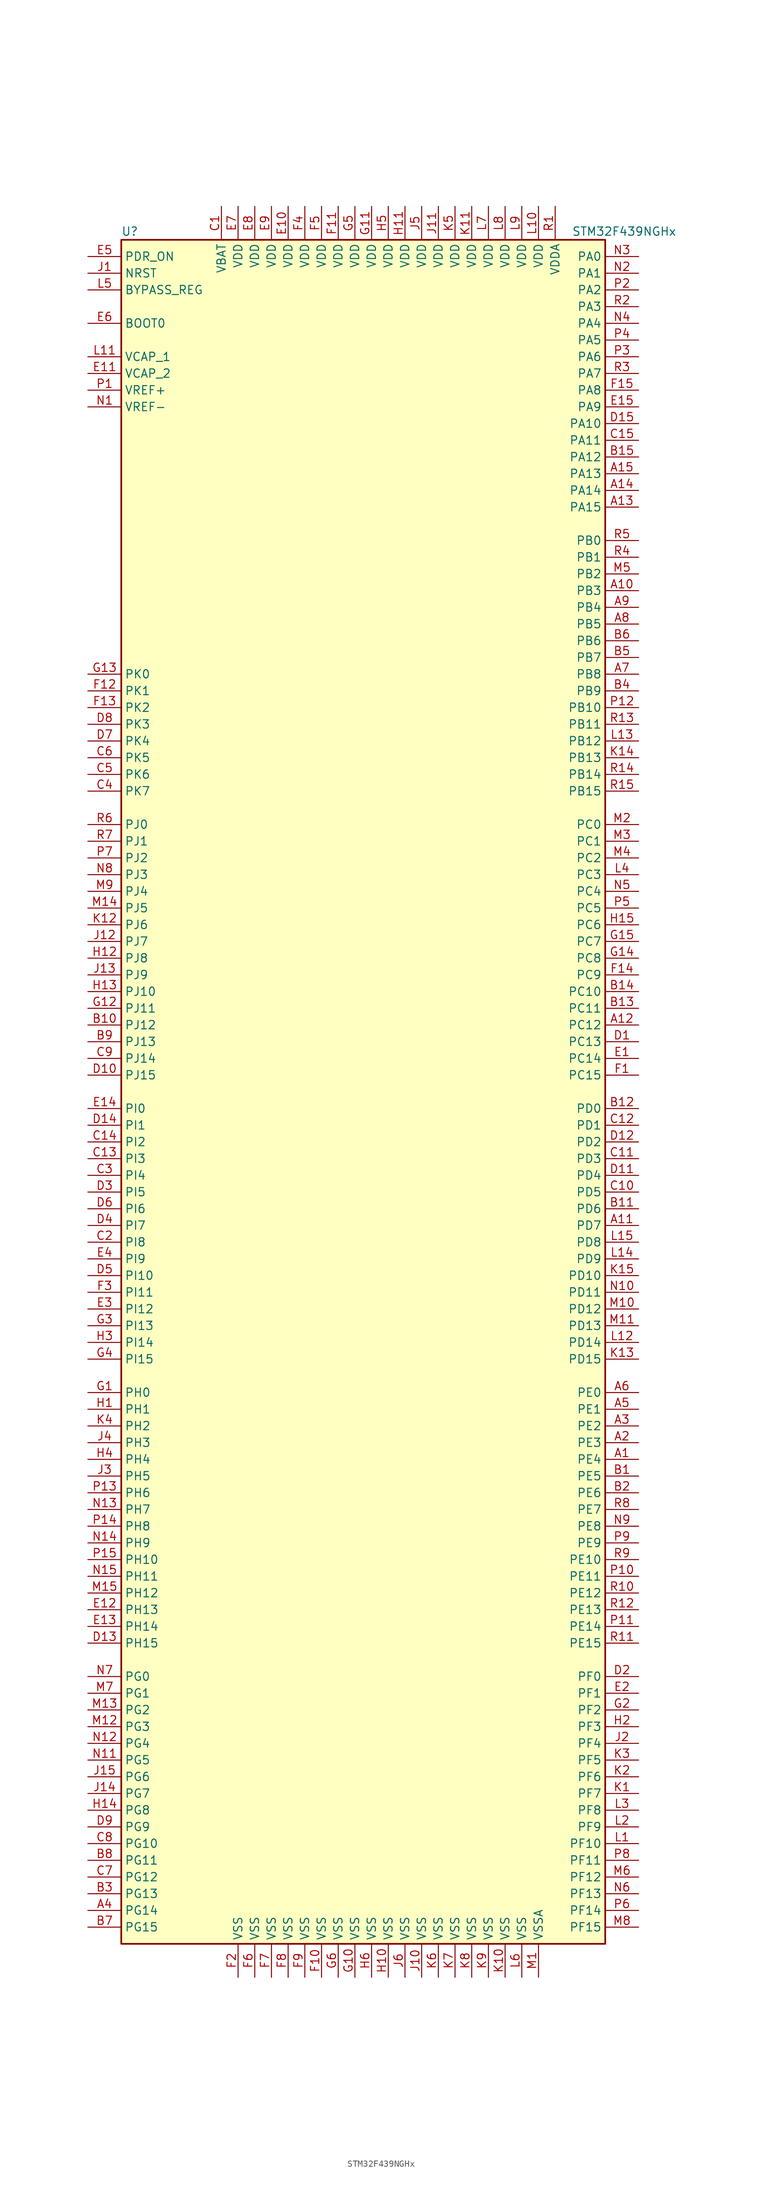
<source format=kicad_sym>
(kicad_symbol_lib
  (version 20201005)
  (generator kicad_symbol_editor)
  (symbol "MCU_ST_STM32F4:STM32F439NGHx"
    (property "Reference" "U"
      (at -38.1 130.81 0)
      (effects (font (size 1.27 1.27)) (justify left)))
    (property "Value" "STM32F439NGHx"
      (at 30.48 130.81 0)
      (effects (font (size 1.27 1.27)) (justify left)))
    (symbol "STM32F439NGHx_0_1"
      (rectangle (start -38.1 -129.54) (end 35.56 129.54) (stroke (width 0.254)) (fill (type background))))
    (symbol "STM32F439NGHx_1_1"
      (pin input line (at -43.18 116.84 0) (length 5.08) (name "BOOT0" (effects (font (size 1.27 1.27)))) (number "E6" (effects (font (size 1.27 1.27)))))
      (pin input line (at -43.18 121.92 0) (length 5.08) (name "BYPASS_REG" (effects (font (size 1.27 1.27)))) (number "L5" (effects (font (size 1.27 1.27)))))
      (pin input line (at -43.18 124.46 0) (length 5.08) (name "NRST" (effects (font (size 1.27 1.27)))) (number "J1" (effects (font (size 1.27 1.27)))))
      (pin bidirectional line (at 40.64 127 180) (length 5.08) (name "PA0" (effects (font (size 1.27 1.27)))) (number "N3" (effects (font (size 1.27 1.27)))))
      (pin bidirectional line (at 40.64 124.46 180) (length 5.08) (name "PA1" (effects (font (size 1.27 1.27)))) (number "N2" (effects (font (size 1.27 1.27)))))
      (pin bidirectional line (at 40.64 101.6 180) (length 5.08) (name "PA10" (effects (font (size 1.27 1.27)))) (number "D15" (effects (font (size 1.27 1.27)))))
      (pin bidirectional line (at 40.64 99.06 180) (length 5.08) (name "PA11" (effects (font (size 1.27 1.27)))) (number "C15" (effects (font (size 1.27 1.27)))))
      (pin bidirectional line (at 40.64 96.52 180) (length 5.08) (name "PA12" (effects (font (size 1.27 1.27)))) (number "B15" (effects (font (size 1.27 1.27)))))
      (pin bidirectional line (at 40.64 93.98 180) (length 5.08) (name "PA13" (effects (font (size 1.27 1.27)))) (number "A15" (effects (font (size 1.27 1.27)))))
      (pin bidirectional line (at 40.64 91.44 180) (length 5.08) (name "PA14" (effects (font (size 1.27 1.27)))) (number "A14" (effects (font (size 1.27 1.27)))))
      (pin bidirectional line (at 40.64 88.9 180) (length 5.08) (name "PA15" (effects (font (size 1.27 1.27)))) (number "A13" (effects (font (size 1.27 1.27)))))
      (pin bidirectional line (at 40.64 121.92 180) (length 5.08) (name "PA2" (effects (font (size 1.27 1.27)))) (number "P2" (effects (font (size 1.27 1.27)))))
      (pin bidirectional line (at 40.64 119.38 180) (length 5.08) (name "PA3" (effects (font (size 1.27 1.27)))) (number "R2" (effects (font (size 1.27 1.27)))))
      (pin bidirectional line (at 40.64 116.84 180) (length 5.08) (name "PA4" (effects (font (size 1.27 1.27)))) (number "N4" (effects (font (size 1.27 1.27)))))
      (pin bidirectional line (at 40.64 114.3 180) (length 5.08) (name "PA5" (effects (font (size 1.27 1.27)))) (number "P4" (effects (font (size 1.27 1.27)))))
      (pin bidirectional line (at 40.64 111.76 180) (length 5.08) (name "PA6" (effects (font (size 1.27 1.27)))) (number "P3" (effects (font (size 1.27 1.27)))))
      (pin bidirectional line (at 40.64 109.22 180) (length 5.08) (name "PA7" (effects (font (size 1.27 1.27)))) (number "R3" (effects (font (size 1.27 1.27)))))
      (pin bidirectional line (at 40.64 106.68 180) (length 5.08) (name "PA8" (effects (font (size 1.27 1.27)))) (number "F15" (effects (font (size 1.27 1.27)))))
      (pin bidirectional line (at 40.64 104.14 180) (length 5.08) (name "PA9" (effects (font (size 1.27 1.27)))) (number "E15" (effects (font (size 1.27 1.27)))))
      (pin bidirectional line (at 40.64 83.82 180) (length 5.08) (name "PB0" (effects (font (size 1.27 1.27)))) (number "R5" (effects (font (size 1.27 1.27)))))
      (pin bidirectional line (at 40.64 81.28 180) (length 5.08) (name "PB1" (effects (font (size 1.27 1.27)))) (number "R4" (effects (font (size 1.27 1.27)))))
      (pin bidirectional line (at 40.64 58.42 180) (length 5.08) (name "PB10" (effects (font (size 1.27 1.27)))) (number "P12" (effects (font (size 1.27 1.27)))))
      (pin bidirectional line (at 40.64 55.88 180) (length 5.08) (name "PB11" (effects (font (size 1.27 1.27)))) (number "R13" (effects (font (size 1.27 1.27)))))
      (pin bidirectional line (at 40.64 53.34 180) (length 5.08) (name "PB12" (effects (font (size 1.27 1.27)))) (number "L13" (effects (font (size 1.27 1.27)))))
      (pin bidirectional line (at 40.64 50.8 180) (length 5.08) (name "PB13" (effects (font (size 1.27 1.27)))) (number "K14" (effects (font (size 1.27 1.27)))))
      (pin bidirectional line (at 40.64 48.26 180) (length 5.08) (name "PB14" (effects (font (size 1.27 1.27)))) (number "R14" (effects (font (size 1.27 1.27)))))
      (pin bidirectional line (at 40.64 45.72 180) (length 5.08) (name "PB15" (effects (font (size 1.27 1.27)))) (number "R15" (effects (font (size 1.27 1.27)))))
      (pin bidirectional line (at 40.64 78.74 180) (length 5.08) (name "PB2" (effects (font (size 1.27 1.27)))) (number "M5" (effects (font (size 1.27 1.27)))))
      (pin bidirectional line (at 40.64 76.2 180) (length 5.08) (name "PB3" (effects (font (size 1.27 1.27)))) (number "A10" (effects (font (size 1.27 1.27)))))
      (pin bidirectional line (at 40.64 73.66 180) (length 5.08) (name "PB4" (effects (font (size 1.27 1.27)))) (number "A9" (effects (font (size 1.27 1.27)))))
      (pin bidirectional line (at 40.64 71.12 180) (length 5.08) (name "PB5" (effects (font (size 1.27 1.27)))) (number "A8" (effects (font (size 1.27 1.27)))))
      (pin bidirectional line (at 40.64 68.58 180) (length 5.08) (name "PB6" (effects (font (size 1.27 1.27)))) (number "B6" (effects (font (size 1.27 1.27)))))
      (pin bidirectional line (at 40.64 66.04 180) (length 5.08) (name "PB7" (effects (font (size 1.27 1.27)))) (number "B5" (effects (font (size 1.27 1.27)))))
      (pin bidirectional line (at 40.64 63.5 180) (length 5.08) (name "PB8" (effects (font (size 1.27 1.27)))) (number "A7" (effects (font (size 1.27 1.27)))))
      (pin bidirectional line (at 40.64 60.96 180) (length 5.08) (name "PB9" (effects (font (size 1.27 1.27)))) (number "B4" (effects (font (size 1.27 1.27)))))
      (pin bidirectional line (at 40.64 40.64 180) (length 5.08) (name "PC0" (effects (font (size 1.27 1.27)))) (number "M2" (effects (font (size 1.27 1.27)))))
      (pin bidirectional line (at 40.64 38.1 180) (length 5.08) (name "PC1" (effects (font (size 1.27 1.27)))) (number "M3" (effects (font (size 1.27 1.27)))))
      (pin bidirectional line (at 40.64 15.24 180) (length 5.08) (name "PC10" (effects (font (size 1.27 1.27)))) (number "B14" (effects (font (size 1.27 1.27)))))
      (pin bidirectional line (at 40.64 12.7 180) (length 5.08) (name "PC11" (effects (font (size 1.27 1.27)))) (number "B13" (effects (font (size 1.27 1.27)))))
      (pin bidirectional line (at 40.64 10.16 180) (length 5.08) (name "PC12" (effects (font (size 1.27 1.27)))) (number "A12" (effects (font (size 1.27 1.27)))))
      (pin bidirectional line (at 40.64 7.62 180) (length 5.08) (name "PC13" (effects (font (size 1.27 1.27)))) (number "D1" (effects (font (size 1.27 1.27)))))
      (pin bidirectional line (at 40.64 5.08 180) (length 5.08) (name "PC14" (effects (font (size 1.27 1.27)))) (number "E1" (effects (font (size 1.27 1.27)))))
      (pin bidirectional line (at 40.64 2.54 180) (length 5.08) (name "PC15" (effects (font (size 1.27 1.27)))) (number "F1" (effects (font (size 1.27 1.27)))))
      (pin bidirectional line (at 40.64 35.56 180) (length 5.08) (name "PC2" (effects (font (size 1.27 1.27)))) (number "M4" (effects (font (size 1.27 1.27)))))
      (pin bidirectional line (at 40.64 33.02 180) (length 5.08) (name "PC3" (effects (font (size 1.27 1.27)))) (number "L4" (effects (font (size 1.27 1.27)))))
      (pin bidirectional line (at 40.64 30.48 180) (length 5.08) (name "PC4" (effects (font (size 1.27 1.27)))) (number "N5" (effects (font (size 1.27 1.27)))))
      (pin bidirectional line (at 40.64 27.94 180) (length 5.08) (name "PC5" (effects (font (size 1.27 1.27)))) (number "P5" (effects (font (size 1.27 1.27)))))
      (pin bidirectional line (at 40.64 25.4 180) (length 5.08) (name "PC6" (effects (font (size 1.27 1.27)))) (number "H15" (effects (font (size 1.27 1.27)))))
      (pin bidirectional line (at 40.64 22.86 180) (length 5.08) (name "PC7" (effects (font (size 1.27 1.27)))) (number "G15" (effects (font (size 1.27 1.27)))))
      (pin bidirectional line (at 40.64 20.32 180) (length 5.08) (name "PC8" (effects (font (size 1.27 1.27)))) (number "G14" (effects (font (size 1.27 1.27)))))
      (pin bidirectional line (at 40.64 17.78 180) (length 5.08) (name "PC9" (effects (font (size 1.27 1.27)))) (number "F14" (effects (font (size 1.27 1.27)))))
      (pin bidirectional line (at 40.64 -2.54 180) (length 5.08) (name "PD0" (effects (font (size 1.27 1.27)))) (number "B12" (effects (font (size 1.27 1.27)))))
      (pin bidirectional line (at 40.64 -5.08 180) (length 5.08) (name "PD1" (effects (font (size 1.27 1.27)))) (number "C12" (effects (font (size 1.27 1.27)))))
      (pin bidirectional line (at 40.64 -27.94 180) (length 5.08) (name "PD10" (effects (font (size 1.27 1.27)))) (number "K15" (effects (font (size 1.27 1.27)))))
      (pin bidirectional line (at 40.64 -30.48 180) (length 5.08) (name "PD11" (effects (font (size 1.27 1.27)))) (number "N10" (effects (font (size 1.27 1.27)))))
      (pin bidirectional line (at 40.64 -33.02 180) (length 5.08) (name "PD12" (effects (font (size 1.27 1.27)))) (number "M10" (effects (font (size 1.27 1.27)))))
      (pin bidirectional line (at 40.64 -35.56 180) (length 5.08) (name "PD13" (effects (font (size 1.27 1.27)))) (number "M11" (effects (font (size 1.27 1.27)))))
      (pin bidirectional line (at 40.64 -38.1 180) (length 5.08) (name "PD14" (effects (font (size 1.27 1.27)))) (number "L12" (effects (font (size 1.27 1.27)))))
      (pin bidirectional line (at 40.64 -40.64 180) (length 5.08) (name "PD15" (effects (font (size 1.27 1.27)))) (number "K13" (effects (font (size 1.27 1.27)))))
      (pin bidirectional line (at 40.64 -7.62 180) (length 5.08) (name "PD2" (effects (font (size 1.27 1.27)))) (number "D12" (effects (font (size 1.27 1.27)))))
      (pin bidirectional line (at 40.64 -10.16 180) (length 5.08) (name "PD3" (effects (font (size 1.27 1.27)))) (number "C11" (effects (font (size 1.27 1.27)))))
      (pin bidirectional line (at 40.64 -12.7 180) (length 5.08) (name "PD4" (effects (font (size 1.27 1.27)))) (number "D11" (effects (font (size 1.27 1.27)))))
      (pin bidirectional line (at 40.64 -15.24 180) (length 5.08) (name "PD5" (effects (font (size 1.27 1.27)))) (number "C10" (effects (font (size 1.27 1.27)))))
      (pin bidirectional line (at 40.64 -17.78 180) (length 5.08) (name "PD6" (effects (font (size 1.27 1.27)))) (number "B11" (effects (font (size 1.27 1.27)))))
      (pin bidirectional line (at 40.64 -20.32 180) (length 5.08) (name "PD7" (effects (font (size 1.27 1.27)))) (number "A11" (effects (font (size 1.27 1.27)))))
      (pin bidirectional line (at 40.64 -22.86 180) (length 5.08) (name "PD8" (effects (font (size 1.27 1.27)))) (number "L15" (effects (font (size 1.27 1.27)))))
      (pin bidirectional line (at 40.64 -25.4 180) (length 5.08) (name "PD9" (effects (font (size 1.27 1.27)))) (number "L14" (effects (font (size 1.27 1.27)))))
      (pin input line (at -43.18 127 0) (length 5.08) (name "PDR_ON" (effects (font (size 1.27 1.27)))) (number "E5" (effects (font (size 1.27 1.27)))))
      (pin bidirectional line (at 40.64 -45.72 180) (length 5.08) (name "PE0" (effects (font (size 1.27 1.27)))) (number "A6" (effects (font (size 1.27 1.27)))))
      (pin bidirectional line (at 40.64 -48.26 180) (length 5.08) (name "PE1" (effects (font (size 1.27 1.27)))) (number "A5" (effects (font (size 1.27 1.27)))))
      (pin bidirectional line (at 40.64 -71.12 180) (length 5.08) (name "PE10" (effects (font (size 1.27 1.27)))) (number "R9" (effects (font (size 1.27 1.27)))))
      (pin bidirectional line (at 40.64 -73.66 180) (length 5.08) (name "PE11" (effects (font (size 1.27 1.27)))) (number "P10" (effects (font (size 1.27 1.27)))))
      (pin bidirectional line (at 40.64 -76.2 180) (length 5.08) (name "PE12" (effects (font (size 1.27 1.27)))) (number "R10" (effects (font (size 1.27 1.27)))))
      (pin bidirectional line (at 40.64 -78.74 180) (length 5.08) (name "PE13" (effects (font (size 1.27 1.27)))) (number "R12" (effects (font (size 1.27 1.27)))))
      (pin bidirectional line (at 40.64 -81.28 180) (length 5.08) (name "PE14" (effects (font (size 1.27 1.27)))) (number "P11" (effects (font (size 1.27 1.27)))))
      (pin bidirectional line (at 40.64 -83.82 180) (length 5.08) (name "PE15" (effects (font (size 1.27 1.27)))) (number "R11" (effects (font (size 1.27 1.27)))))
      (pin bidirectional line (at 40.64 -50.8 180) (length 5.08) (name "PE2" (effects (font (size 1.27 1.27)))) (number "A3" (effects (font (size 1.27 1.27)))))
      (pin bidirectional line (at 40.64 -53.34 180) (length 5.08) (name "PE3" (effects (font (size 1.27 1.27)))) (number "A2" (effects (font (size 1.27 1.27)))))
      (pin bidirectional line (at 40.64 -55.88 180) (length 5.08) (name "PE4" (effects (font (size 1.27 1.27)))) (number "A1" (effects (font (size 1.27 1.27)))))
      (pin bidirectional line (at 40.64 -58.42 180) (length 5.08) (name "PE5" (effects (font (size 1.27 1.27)))) (number "B1" (effects (font (size 1.27 1.27)))))
      (pin bidirectional line (at 40.64 -60.96 180) (length 5.08) (name "PE6" (effects (font (size 1.27 1.27)))) (number "B2" (effects (font (size 1.27 1.27)))))
      (pin bidirectional line (at 40.64 -63.5 180) (length 5.08) (name "PE7" (effects (font (size 1.27 1.27)))) (number "R8" (effects (font (size 1.27 1.27)))))
      (pin bidirectional line (at 40.64 -66.04 180) (length 5.08) (name "PE8" (effects (font (size 1.27 1.27)))) (number "N9" (effects (font (size 1.27 1.27)))))
      (pin bidirectional line (at 40.64 -68.58 180) (length 5.08) (name "PE9" (effects (font (size 1.27 1.27)))) (number "P9" (effects (font (size 1.27 1.27)))))
      (pin bidirectional line (at 40.64 -88.9 180) (length 5.08) (name "PF0" (effects (font (size 1.27 1.27)))) (number "D2" (effects (font (size 1.27 1.27)))))
      (pin bidirectional line (at 40.64 -91.44 180) (length 5.08) (name "PF1" (effects (font (size 1.27 1.27)))) (number "E2" (effects (font (size 1.27 1.27)))))
      (pin bidirectional line (at 40.64 -114.3 180) (length 5.08) (name "PF10" (effects (font (size 1.27 1.27)))) (number "L1" (effects (font (size 1.27 1.27)))))
      (pin bidirectional line (at 40.64 -116.84 180) (length 5.08) (name "PF11" (effects (font (size 1.27 1.27)))) (number "P8" (effects (font (size 1.27 1.27)))))
      (pin bidirectional line (at 40.64 -119.38 180) (length 5.08) (name "PF12" (effects (font (size 1.27 1.27)))) (number "M6" (effects (font (size 1.27 1.27)))))
      (pin bidirectional line (at 40.64 -121.92 180) (length 5.08) (name "PF13" (effects (font (size 1.27 1.27)))) (number "N6" (effects (font (size 1.27 1.27)))))
      (pin bidirectional line (at 40.64 -124.46 180) (length 5.08) (name "PF14" (effects (font (size 1.27 1.27)))) (number "P6" (effects (font (size 1.27 1.27)))))
      (pin bidirectional line (at 40.64 -127 180) (length 5.08) (name "PF15" (effects (font (size 1.27 1.27)))) (number "M8" (effects (font (size 1.27 1.27)))))
      (pin bidirectional line (at 40.64 -93.98 180) (length 5.08) (name "PF2" (effects (font (size 1.27 1.27)))) (number "G2" (effects (font (size 1.27 1.27)))))
      (pin bidirectional line (at 40.64 -96.52 180) (length 5.08) (name "PF3" (effects (font (size 1.27 1.27)))) (number "H2" (effects (font (size 1.27 1.27)))))
      (pin bidirectional line (at 40.64 -99.06 180) (length 5.08) (name "PF4" (effects (font (size 1.27 1.27)))) (number "J2" (effects (font (size 1.27 1.27)))))
      (pin bidirectional line (at 40.64 -101.6 180) (length 5.08) (name "PF5" (effects (font (size 1.27 1.27)))) (number "K3" (effects (font (size 1.27 1.27)))))
      (pin bidirectional line (at 40.64 -104.14 180) (length 5.08) (name "PF6" (effects (font (size 1.27 1.27)))) (number "K2" (effects (font (size 1.27 1.27)))))
      (pin bidirectional line (at 40.64 -106.68 180) (length 5.08) (name "PF7" (effects (font (size 1.27 1.27)))) (number "K1" (effects (font (size 1.27 1.27)))))
      (pin bidirectional line (at 40.64 -109.22 180) (length 5.08) (name "PF8" (effects (font (size 1.27 1.27)))) (number "L3" (effects (font (size 1.27 1.27)))))
      (pin bidirectional line (at 40.64 -111.76 180) (length 5.08) (name "PF9" (effects (font (size 1.27 1.27)))) (number "L2" (effects (font (size 1.27 1.27)))))
      (pin bidirectional line (at -43.18 -88.9 0) (length 5.08) (name "PG0" (effects (font (size 1.27 1.27)))) (number "N7" (effects (font (size 1.27 1.27)))))
      (pin bidirectional line (at -43.18 -91.44 0) (length 5.08) (name "PG1" (effects (font (size 1.27 1.27)))) (number "M7" (effects (font (size 1.27 1.27)))))
      (pin bidirectional line (at -43.18 -114.3 0) (length 5.08) (name "PG10" (effects (font (size 1.27 1.27)))) (number "C8" (effects (font (size 1.27 1.27)))))
      (pin bidirectional line (at -43.18 -116.84 0) (length 5.08) (name "PG11" (effects (font (size 1.27 1.27)))) (number "B8" (effects (font (size 1.27 1.27)))))
      (pin bidirectional line (at -43.18 -119.38 0) (length 5.08) (name "PG12" (effects (font (size 1.27 1.27)))) (number "C7" (effects (font (size 1.27 1.27)))))
      (pin bidirectional line (at -43.18 -121.92 0) (length 5.08) (name "PG13" (effects (font (size 1.27 1.27)))) (number "B3" (effects (font (size 1.27 1.27)))))
      (pin bidirectional line (at -43.18 -124.46 0) (length 5.08) (name "PG14" (effects (font (size 1.27 1.27)))) (number "A4" (effects (font (size 1.27 1.27)))))
      (pin bidirectional line (at -43.18 -127 0) (length 5.08) (name "PG15" (effects (font (size 1.27 1.27)))) (number "B7" (effects (font (size 1.27 1.27)))))
      (pin bidirectional line (at -43.18 -93.98 0) (length 5.08) (name "PG2" (effects (font (size 1.27 1.27)))) (number "M13" (effects (font (size 1.27 1.27)))))
      (pin bidirectional line (at -43.18 -96.52 0) (length 5.08) (name "PG3" (effects (font (size 1.27 1.27)))) (number "M12" (effects (font (size 1.27 1.27)))))
      (pin bidirectional line (at -43.18 -99.06 0) (length 5.08) (name "PG4" (effects (font (size 1.27 1.27)))) (number "N12" (effects (font (size 1.27 1.27)))))
      (pin bidirectional line (at -43.18 -101.6 0) (length 5.08) (name "PG5" (effects (font (size 1.27 1.27)))) (number "N11" (effects (font (size 1.27 1.27)))))
      (pin bidirectional line (at -43.18 -104.14 0) (length 5.08) (name "PG6" (effects (font (size 1.27 1.27)))) (number "J15" (effects (font (size 1.27 1.27)))))
      (pin bidirectional line (at -43.18 -106.68 0) (length 5.08) (name "PG7" (effects (font (size 1.27 1.27)))) (number "J14" (effects (font (size 1.27 1.27)))))
      (pin bidirectional line (at -43.18 -109.22 0) (length 5.08) (name "PG8" (effects (font (size 1.27 1.27)))) (number "H14" (effects (font (size 1.27 1.27)))))
      (pin bidirectional line (at -43.18 -111.76 0) (length 5.08) (name "PG9" (effects (font (size 1.27 1.27)))) (number "D9" (effects (font (size 1.27 1.27)))))
      (pin input line (at -43.18 -45.72 0) (length 5.08) (name "PH0" (effects (font (size 1.27 1.27)))) (number "G1" (effects (font (size 1.27 1.27)))))
      (pin input line (at -43.18 -48.26 0) (length 5.08) (name "PH1" (effects (font (size 1.27 1.27)))) (number "H1" (effects (font (size 1.27 1.27)))))
      (pin bidirectional line (at -43.18 -71.12 0) (length 5.08) (name "PH10" (effects (font (size 1.27 1.27)))) (number "P15" (effects (font (size 1.27 1.27)))))
      (pin bidirectional line (at -43.18 -73.66 0) (length 5.08) (name "PH11" (effects (font (size 1.27 1.27)))) (number "N15" (effects (font (size 1.27 1.27)))))
      (pin bidirectional line (at -43.18 -76.2 0) (length 5.08) (name "PH12" (effects (font (size 1.27 1.27)))) (number "M15" (effects (font (size 1.27 1.27)))))
      (pin bidirectional line (at -43.18 -78.74 0) (length 5.08) (name "PH13" (effects (font (size 1.27 1.27)))) (number "E12" (effects (font (size 1.27 1.27)))))
      (pin bidirectional line (at -43.18 -81.28 0) (length 5.08) (name "PH14" (effects (font (size 1.27 1.27)))) (number "E13" (effects (font (size 1.27 1.27)))))
      (pin bidirectional line (at -43.18 -83.82 0) (length 5.08) (name "PH15" (effects (font (size 1.27 1.27)))) (number "D13" (effects (font (size 1.27 1.27)))))
      (pin bidirectional line (at -43.18 -50.8 0) (length 5.08) (name "PH2" (effects (font (size 1.27 1.27)))) (number "K4" (effects (font (size 1.27 1.27)))))
      (pin bidirectional line (at -43.18 -53.34 0) (length 5.08) (name "PH3" (effects (font (size 1.27 1.27)))) (number "J4" (effects (font (size 1.27 1.27)))))
      (pin bidirectional line (at -43.18 -55.88 0) (length 5.08) (name "PH4" (effects (font (size 1.27 1.27)))) (number "H4" (effects (font (size 1.27 1.27)))))
      (pin bidirectional line (at -43.18 -58.42 0) (length 5.08) (name "PH5" (effects (font (size 1.27 1.27)))) (number "J3" (effects (font (size 1.27 1.27)))))
      (pin bidirectional line (at -43.18 -60.96 0) (length 5.08) (name "PH6" (effects (font (size 1.27 1.27)))) (number "P13" (effects (font (size 1.27 1.27)))))
      (pin bidirectional line (at -43.18 -63.5 0) (length 5.08) (name "PH7" (effects (font (size 1.27 1.27)))) (number "N13" (effects (font (size 1.27 1.27)))))
      (pin bidirectional line (at -43.18 -66.04 0) (length 5.08) (name "PH8" (effects (font (size 1.27 1.27)))) (number "P14" (effects (font (size 1.27 1.27)))))
      (pin bidirectional line (at -43.18 -68.58 0) (length 5.08) (name "PH9" (effects (font (size 1.27 1.27)))) (number "N14" (effects (font (size 1.27 1.27)))))
      (pin bidirectional line (at -43.18 -2.54 0) (length 5.08) (name "PI0" (effects (font (size 1.27 1.27)))) (number "E14" (effects (font (size 1.27 1.27)))))
      (pin bidirectional line (at -43.18 -5.08 0) (length 5.08) (name "PI1" (effects (font (size 1.27 1.27)))) (number "D14" (effects (font (size 1.27 1.27)))))
      (pin bidirectional line (at -43.18 -27.94 0) (length 5.08) (name "PI10" (effects (font (size 1.27 1.27)))) (number "D5" (effects (font (size 1.27 1.27)))))
      (pin bidirectional line (at -43.18 -30.48 0) (length 5.08) (name "PI11" (effects (font (size 1.27 1.27)))) (number "F3" (effects (font (size 1.27 1.27)))))
      (pin bidirectional line (at -43.18 -33.02 0) (length 5.08) (name "PI12" (effects (font (size 1.27 1.27)))) (number "E3" (effects (font (size 1.27 1.27)))))
      (pin bidirectional line (at -43.18 -35.56 0) (length 5.08) (name "PI13" (effects (font (size 1.27 1.27)))) (number "G3" (effects (font (size 1.27 1.27)))))
      (pin bidirectional line (at -43.18 -38.1 0) (length 5.08) (name "PI14" (effects (font (size 1.27 1.27)))) (number "H3" (effects (font (size 1.27 1.27)))))
      (pin bidirectional line (at -43.18 -40.64 0) (length 5.08) (name "PI15" (effects (font (size 1.27 1.27)))) (number "G4" (effects (font (size 1.27 1.27)))))
      (pin bidirectional line (at -43.18 -7.62 0) (length 5.08) (name "PI2" (effects (font (size 1.27 1.27)))) (number "C14" (effects (font (size 1.27 1.27)))))
      (pin bidirectional line (at -43.18 -10.16 0) (length 5.08) (name "PI3" (effects (font (size 1.27 1.27)))) (number "C13" (effects (font (size 1.27 1.27)))))
      (pin bidirectional line (at -43.18 -12.7 0) (length 5.08) (name "PI4" (effects (font (size 1.27 1.27)))) (number "C3" (effects (font (size 1.27 1.27)))))
      (pin bidirectional line (at -43.18 -15.24 0) (length 5.08) (name "PI5" (effects (font (size 1.27 1.27)))) (number "D3" (effects (font (size 1.27 1.27)))))
      (pin bidirectional line (at -43.18 -17.78 0) (length 5.08) (name "PI6" (effects (font (size 1.27 1.27)))) (number "D6" (effects (font (size 1.27 1.27)))))
      (pin bidirectional line (at -43.18 -20.32 0) (length 5.08) (name "PI7" (effects (font (size 1.27 1.27)))) (number "D4" (effects (font (size 1.27 1.27)))))
      (pin bidirectional line (at -43.18 -22.86 0) (length 5.08) (name "PI8" (effects (font (size 1.27 1.27)))) (number "C2" (effects (font (size 1.27 1.27)))))
      (pin bidirectional line (at -43.18 -25.4 0) (length 5.08) (name "PI9" (effects (font (size 1.27 1.27)))) (number "E4" (effects (font (size 1.27 1.27)))))
      (pin bidirectional line (at -43.18 40.64 0) (length 5.08) (name "PJ0" (effects (font (size 1.27 1.27)))) (number "R6" (effects (font (size 1.27 1.27)))))
      (pin bidirectional line (at -43.18 38.1 0) (length 5.08) (name "PJ1" (effects (font (size 1.27 1.27)))) (number "R7" (effects (font (size 1.27 1.27)))))
      (pin bidirectional line (at -43.18 15.24 0) (length 5.08) (name "PJ10" (effects (font (size 1.27 1.27)))) (number "H13" (effects (font (size 1.27 1.27)))))
      (pin bidirectional line (at -43.18 12.7 0) (length 5.08) (name "PJ11" (effects (font (size 1.27 1.27)))) (number "G12" (effects (font (size 1.27 1.27)))))
      (pin bidirectional line (at -43.18 10.16 0) (length 5.08) (name "PJ12" (effects (font (size 1.27 1.27)))) (number "B10" (effects (font (size 1.27 1.27)))))
      (pin bidirectional line (at -43.18 7.62 0) (length 5.08) (name "PJ13" (effects (font (size 1.27 1.27)))) (number "B9" (effects (font (size 1.27 1.27)))))
      (pin bidirectional line (at -43.18 5.08 0) (length 5.08) (name "PJ14" (effects (font (size 1.27 1.27)))) (number "C9" (effects (font (size 1.27 1.27)))))
      (pin bidirectional line (at -43.18 2.54 0) (length 5.08) (name "PJ15" (effects (font (size 1.27 1.27)))) (number "D10" (effects (font (size 1.27 1.27)))))
      (pin bidirectional line (at -43.18 35.56 0) (length 5.08) (name "PJ2" (effects (font (size 1.27 1.27)))) (number "P7" (effects (font (size 1.27 1.27)))))
      (pin bidirectional line (at -43.18 33.02 0) (length 5.08) (name "PJ3" (effects (font (size 1.27 1.27)))) (number "N8" (effects (font (size 1.27 1.27)))))
      (pin bidirectional line (at -43.18 30.48 0) (length 5.08) (name "PJ4" (effects (font (size 1.27 1.27)))) (number "M9" (effects (font (size 1.27 1.27)))))
      (pin bidirectional line (at -43.18 27.94 0) (length 5.08) (name "PJ5" (effects (font (size 1.27 1.27)))) (number "M14" (effects (font (size 1.27 1.27)))))
      (pin bidirectional line (at -43.18 25.4 0) (length 5.08) (name "PJ6" (effects (font (size 1.27 1.27)))) (number "K12" (effects (font (size 1.27 1.27)))))
      (pin bidirectional line (at -43.18 22.86 0) (length 5.08) (name "PJ7" (effects (font (size 1.27 1.27)))) (number "J12" (effects (font (size 1.27 1.27)))))
      (pin bidirectional line (at -43.18 20.32 0) (length 5.08) (name "PJ8" (effects (font (size 1.27 1.27)))) (number "H12" (effects (font (size 1.27 1.27)))))
      (pin bidirectional line (at -43.18 17.78 0) (length 5.08) (name "PJ9" (effects (font (size 1.27 1.27)))) (number "J13" (effects (font (size 1.27 1.27)))))
      (pin bidirectional line (at -43.18 63.5 0) (length 5.08) (name "PK0" (effects (font (size 1.27 1.27)))) (number "G13" (effects (font (size 1.27 1.27)))))
      (pin bidirectional line (at -43.18 60.96 0) (length 5.08) (name "PK1" (effects (font (size 1.27 1.27)))) (number "F12" (effects (font (size 1.27 1.27)))))
      (pin bidirectional line (at -43.18 58.42 0) (length 5.08) (name "PK2" (effects (font (size 1.27 1.27)))) (number "F13" (effects (font (size 1.27 1.27)))))
      (pin bidirectional line (at -43.18 55.88 0) (length 5.08) (name "PK3" (effects (font (size 1.27 1.27)))) (number "D8" (effects (font (size 1.27 1.27)))))
      (pin bidirectional line (at -43.18 53.34 0) (length 5.08) (name "PK4" (effects (font (size 1.27 1.27)))) (number "D7" (effects (font (size 1.27 1.27)))))
      (pin bidirectional line (at -43.18 50.8 0) (length 5.08) (name "PK5" (effects (font (size 1.27 1.27)))) (number "C6" (effects (font (size 1.27 1.27)))))
      (pin bidirectional line (at -43.18 48.26 0) (length 5.08) (name "PK6" (effects (font (size 1.27 1.27)))) (number "C5" (effects (font (size 1.27 1.27)))))
      (pin bidirectional line (at -43.18 45.72 0) (length 5.08) (name "PK7" (effects (font (size 1.27 1.27)))) (number "C4" (effects (font (size 1.27 1.27)))))
      (pin power_in line (at -22.86 134.62 270) (length 5.08) (name "VBAT" (effects (font (size 1.27 1.27)))) (number "C1" (effects (font (size 1.27 1.27)))))
      (pin power_in line (at -43.18 111.76 0) (length 5.08) (name "VCAP_1" (effects (font (size 1.27 1.27)))) (number "L11" (effects (font (size 1.27 1.27)))))
      (pin power_in line (at -43.18 109.22 0) (length 5.08) (name "VCAP_2" (effects (font (size 1.27 1.27)))) (number "E11" (effects (font (size 1.27 1.27)))))
      (pin power_in line (at -12.7 134.62 270) (length 5.08) (name "VDD" (effects (font (size 1.27 1.27)))) (number "E10" (effects (font (size 1.27 1.27)))))
      (pin power_in line (at -20.32 134.62 270) (length 5.08) (name "VDD" (effects (font (size 1.27 1.27)))) (number "E7" (effects (font (size 1.27 1.27)))))
      (pin power_in line (at -17.78 134.62 270) (length 5.08) (name "VDD" (effects (font (size 1.27 1.27)))) (number "E8" (effects (font (size 1.27 1.27)))))
      (pin power_in line (at -15.24 134.62 270) (length 5.08) (name "VDD" (effects (font (size 1.27 1.27)))) (number "E9" (effects (font (size 1.27 1.27)))))
      (pin power_in line (at -5.08 134.62 270) (length 5.08) (name "VDD" (effects (font (size 1.27 1.27)))) (number "F11" (effects (font (size 1.27 1.27)))))
      (pin power_in line (at -10.16 134.62 270) (length 5.08) (name "VDD" (effects (font (size 1.27 1.27)))) (number "F4" (effects (font (size 1.27 1.27)))))
      (pin power_in line (at -7.62 134.62 270) (length 5.08) (name "VDD" (effects (font (size 1.27 1.27)))) (number "F5" (effects (font (size 1.27 1.27)))))
      (pin power_in line (at 0 134.62 270) (length 5.08) (name "VDD" (effects (font (size 1.27 1.27)))) (number "G11" (effects (font (size 1.27 1.27)))))
      (pin power_in line (at -2.54 134.62 270) (length 5.08) (name "VDD" (effects (font (size 1.27 1.27)))) (number "G5" (effects (font (size 1.27 1.27)))))
      (pin power_in line (at 5.08 134.62 270) (length 5.08) (name "VDD" (effects (font (size 1.27 1.27)))) (number "H11" (effects (font (size 1.27 1.27)))))
      (pin power_in line (at 2.54 134.62 270) (length 5.08) (name "VDD" (effects (font (size 1.27 1.27)))) (number "H5" (effects (font (size 1.27 1.27)))))
      (pin power_in line (at 10.16 134.62 270) (length 5.08) (name "VDD" (effects (font (size 1.27 1.27)))) (number "J11" (effects (font (size 1.27 1.27)))))
      (pin power_in line (at 7.62 134.62 270) (length 5.08) (name "VDD" (effects (font (size 1.27 1.27)))) (number "J5" (effects (font (size 1.27 1.27)))))
      (pin power_in line (at 15.24 134.62 270) (length 5.08) (name "VDD" (effects (font (size 1.27 1.27)))) (number "K11" (effects (font (size 1.27 1.27)))))
      (pin power_in line (at 12.7 134.62 270) (length 5.08) (name "VDD" (effects (font (size 1.27 1.27)))) (number "K5" (effects (font (size 1.27 1.27)))))
      (pin power_in line (at 25.4 134.62 270) (length 5.08) (name "VDD" (effects (font (size 1.27 1.27)))) (number "L10" (effects (font (size 1.27 1.27)))))
      (pin power_in line (at 17.78 134.62 270) (length 5.08) (name "VDD" (effects (font (size 1.27 1.27)))) (number "L7" (effects (font (size 1.27 1.27)))))
      (pin power_in line (at 20.32 134.62 270) (length 5.08) (name "VDD" (effects (font (size 1.27 1.27)))) (number "L8" (effects (font (size 1.27 1.27)))))
      (pin power_in line (at 22.86 134.62 270) (length 5.08) (name "VDD" (effects (font (size 1.27 1.27)))) (number "L9" (effects (font (size 1.27 1.27)))))
      (pin power_in line (at 27.94 134.62 270) (length 5.08) (name "VDDA" (effects (font (size 1.27 1.27)))) (number "R1" (effects (font (size 1.27 1.27)))))
      (pin power_in line (at -43.18 106.68 0) (length 5.08) (name "VREF+" (effects (font (size 1.27 1.27)))) (number "P1" (effects (font (size 1.27 1.27)))))
      (pin power_in line (at -43.18 104.14 0) (length 5.08) (name "VREF-" (effects (font (size 1.27 1.27)))) (number "N1" (effects (font (size 1.27 1.27)))))
      (pin power_in line (at -7.62 -134.62 90) (length 5.08) (name "VSS" (effects (font (size 1.27 1.27)))) (number "F10" (effects (font (size 1.27 1.27)))))
      (pin power_in line (at -20.32 -134.62 90) (length 5.08) (name "VSS" (effects (font (size 1.27 1.27)))) (number "F2" (effects (font (size 1.27 1.27)))))
      (pin power_in line (at -17.78 -134.62 90) (length 5.08) (name "VSS" (effects (font (size 1.27 1.27)))) (number "F6" (effects (font (size 1.27 1.27)))))
      (pin power_in line (at -15.24 -134.62 90) (length 5.08) (name "VSS" (effects (font (size 1.27 1.27)))) (number "F7" (effects (font (size 1.27 1.27)))))
      (pin power_in line (at -12.7 -134.62 90) (length 5.08) (name "VSS" (effects (font (size 1.27 1.27)))) (number "F8" (effects (font (size 1.27 1.27)))))
      (pin power_in line (at -10.16 -134.62 90) (length 5.08) (name "VSS" (effects (font (size 1.27 1.27)))) (number "F9" (effects (font (size 1.27 1.27)))))
      (pin power_in line (at -2.54 -134.62 90) (length 5.08) (name "VSS" (effects (font (size 1.27 1.27)))) (number "G10" (effects (font (size 1.27 1.27)))))
      (pin power_in line (at -5.08 -134.62 90) (length 5.08) (name "VSS" (effects (font (size 1.27 1.27)))) (number "G6" (effects (font (size 1.27 1.27)))))
      (pin power_in line (at 2.54 -134.62 90) (length 5.08) (name "VSS" (effects (font (size 1.27 1.27)))) (number "H10" (effects (font (size 1.27 1.27)))))
      (pin power_in line (at 0 -134.62 90) (length 5.08) (name "VSS" (effects (font (size 1.27 1.27)))) (number "H6" (effects (font (size 1.27 1.27)))))
      (pin power_in line (at 7.62 -134.62 90) (length 5.08) (name "VSS" (effects (font (size 1.27 1.27)))) (number "J10" (effects (font (size 1.27 1.27)))))
      (pin power_in line (at 5.08 -134.62 90) (length 5.08) (name "VSS" (effects (font (size 1.27 1.27)))) (number "J6" (effects (font (size 1.27 1.27)))))
      (pin power_in line (at 20.32 -134.62 90) (length 5.08) (name "VSS" (effects (font (size 1.27 1.27)))) (number "K10" (effects (font (size 1.27 1.27)))))
      (pin power_in line (at 10.16 -134.62 90) (length 5.08) (name "VSS" (effects (font (size 1.27 1.27)))) (number "K6" (effects (font (size 1.27 1.27)))))
      (pin power_in line (at 12.7 -134.62 90) (length 5.08) (name "VSS" (effects (font (size 1.27 1.27)))) (number "K7" (effects (font (size 1.27 1.27)))))
      (pin power_in line (at 15.24 -134.62 90) (length 5.08) (name "VSS" (effects (font (size 1.27 1.27)))) (number "K8" (effects (font (size 1.27 1.27)))))
      (pin power_in line (at 17.78 -134.62 90) (length 5.08) (name "VSS" (effects (font (size 1.27 1.27)))) (number "K9" (effects (font (size 1.27 1.27)))))
      (pin power_in line (at 22.86 -134.62 90) (length 5.08) (name "VSS" (effects (font (size 1.27 1.27)))) (number "L6" (effects (font (size 1.27 1.27)))))
      (pin power_in line (at 25.4 -134.62 90) (length 5.08) (name "VSSA" (effects (font (size 1.27 1.27)))) (number "M1" (effects (font (size 1.27 1.27))))))))
</source>
